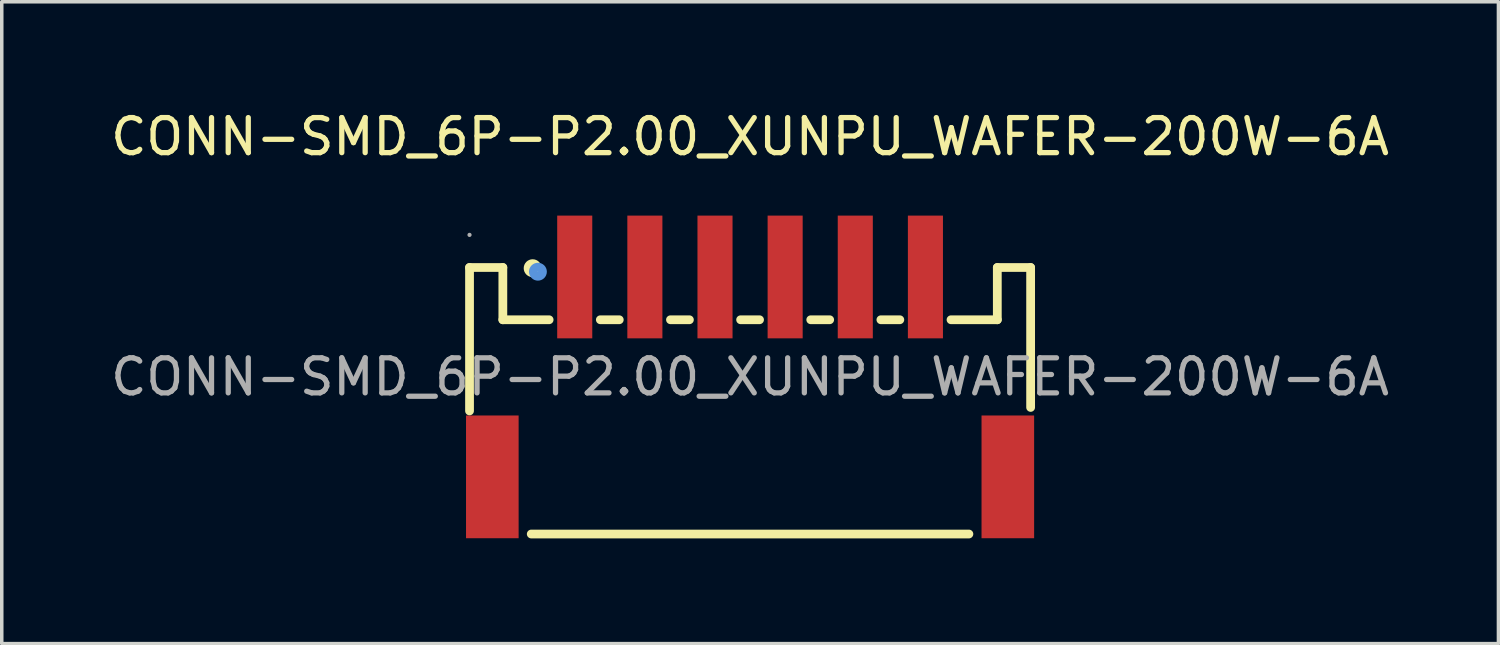
<source format=kicad_pcb>
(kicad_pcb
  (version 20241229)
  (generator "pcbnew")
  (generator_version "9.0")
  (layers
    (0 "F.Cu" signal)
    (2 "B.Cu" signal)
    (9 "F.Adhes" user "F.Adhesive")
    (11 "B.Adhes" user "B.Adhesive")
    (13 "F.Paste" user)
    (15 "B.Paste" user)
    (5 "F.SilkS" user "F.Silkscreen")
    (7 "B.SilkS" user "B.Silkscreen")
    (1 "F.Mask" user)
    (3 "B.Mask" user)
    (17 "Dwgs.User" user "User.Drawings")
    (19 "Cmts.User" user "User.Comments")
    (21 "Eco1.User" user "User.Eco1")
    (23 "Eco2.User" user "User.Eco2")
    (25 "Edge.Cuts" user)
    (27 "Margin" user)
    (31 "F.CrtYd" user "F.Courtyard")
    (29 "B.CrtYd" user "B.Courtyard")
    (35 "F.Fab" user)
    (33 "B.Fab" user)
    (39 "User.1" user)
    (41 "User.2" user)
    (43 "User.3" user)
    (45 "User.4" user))
  (footprint "CONN-SMD_6P-P2.00_XUNPU_WAFER-200W-6A"
    (layer "F.Cu")
    (at 18.339 7.698)
    (property "Reference" "CONN-SMD_6P-P2.00_XUNPU_WAFER-200W-6A" (at 0 -6.85 0) (layer "F.SilkS") (effects (font (size 1 1) (thickness 0.15))))
    (attr smd)
    (fp_line (start -8 -3.12) (end -7.05 -3.12) (stroke (width 0.25) (type solid)) (layer "F.SilkS"))
    (fp_line (start -8 0.97) (end -8 -3.12) (stroke (width 0.25) (type solid)) (layer "F.SilkS"))
    (fp_line (start -7.05 -3.12) (end -7.05 -1.63) (stroke (width 0.25) (type solid)) (layer "F.SilkS"))
    (fp_line (start -7.05 -1.63) (end -5.73 -1.63) (stroke (width 0.25) (type solid)) (layer "F.SilkS"))
    (fp_line (start -6.24 4.48) (end 6.24 4.48) (stroke (width 0.25) (type solid)) (layer "F.SilkS"))
    (fp_line (start -3.73 -1.63) (end -4.27 -1.63) (stroke (width 0.25) (type solid)) (layer "F.SilkS"))
    (fp_line (start -1.73 -1.63) (end -2.27 -1.63) (stroke (width 0.25) (type solid)) (layer "F.SilkS"))
    (fp_line (start 0.27 -1.63) (end -0.27 -1.63) (stroke (width 0.25) (type solid)) (layer "F.SilkS"))
    (fp_line (start 2.27 -1.63) (end 1.73 -1.63) (stroke (width 0.25) (type solid)) (layer "F.SilkS"))
    (fp_line (start 4.27 -1.63) (end 3.73 -1.63) (stroke (width 0.25) (type solid)) (layer "F.SilkS"))
    (fp_line (start 7.05 -3.12) (end 7.05 -1.63) (stroke (width 0.25) (type solid)) (layer "F.SilkS"))
    (fp_line (start 7.05 -1.63) (end 5.73 -1.63) (stroke (width 0.25) (type solid)) (layer "F.SilkS"))
    (fp_line (start 8 -3.12) (end 7.05 -3.12) (stroke (width 0.25) (type solid)) (layer "F.SilkS"))
    (fp_line (start 8 -3.12) (end 8 0.87) (stroke (width 0.25) (type solid)) (layer "F.SilkS"))
    (fp_circle (center -6.2 -3.1) (end -6.07 -3.1) (stroke (width 0.25) (type solid)) (fill no) (layer "F.SilkS"))
    (fp_circle (center -6.05 -3) (end -5.92 -3) (stroke (width 0.25) (type solid)) (fill no) (layer "Cmts.User"))
    (fp_circle (center -8 -4.05) (end -7.97 -4.05) (stroke (width 0.06) (type solid)) (fill no) (layer "F.Fab"))
    (fp_text user "${REFERENCE}" (at 0 0 0) (layer "F.Fab") (effects (font (size 1 1) (thickness 0.15))))
    (pad "1" smd rect (at -5 -2.85) (size 1 3.5) (layers "F.Cu" "F.Mask" "F.Paste"))
    (pad "2" smd rect (at -3 -2.85) (size 1 3.5) (layers "F.Cu" "F.Mask" "F.Paste"))
    (pad "3" smd rect (at -1 -2.85) (size 1 3.5) (layers "F.Cu" "F.Mask" "F.Paste"))
    (pad "4" smd rect (at 1 -2.85) (size 1 3.5) (layers "F.Cu" "F.Mask" "F.Paste"))
    (pad "5" smd rect (at 3 -2.85) (size 1 3.5) (layers "F.Cu" "F.Mask" "F.Paste"))
    (pad "6" smd rect (at 5 -2.85) (size 1 3.5) (layers "F.Cu" "F.Mask" "F.Paste"))
    (pad "7" smd rect (at 7.35 2.85) (size 1.5 3.5) (layers "F.Cu" "F.Mask" "F.Paste"))
    (pad "8" smd rect (at -7.35 2.85) (size 1.5 3.5) (layers "F.Cu" "F.Mask" "F.Paste")))
  (gr_rect
    (start -3 -3)
    (end 39.679 15.303)
    (stroke (width 0.1) (type default))
    (fill no)
    (layer "Edge.Cuts")))
</source>
